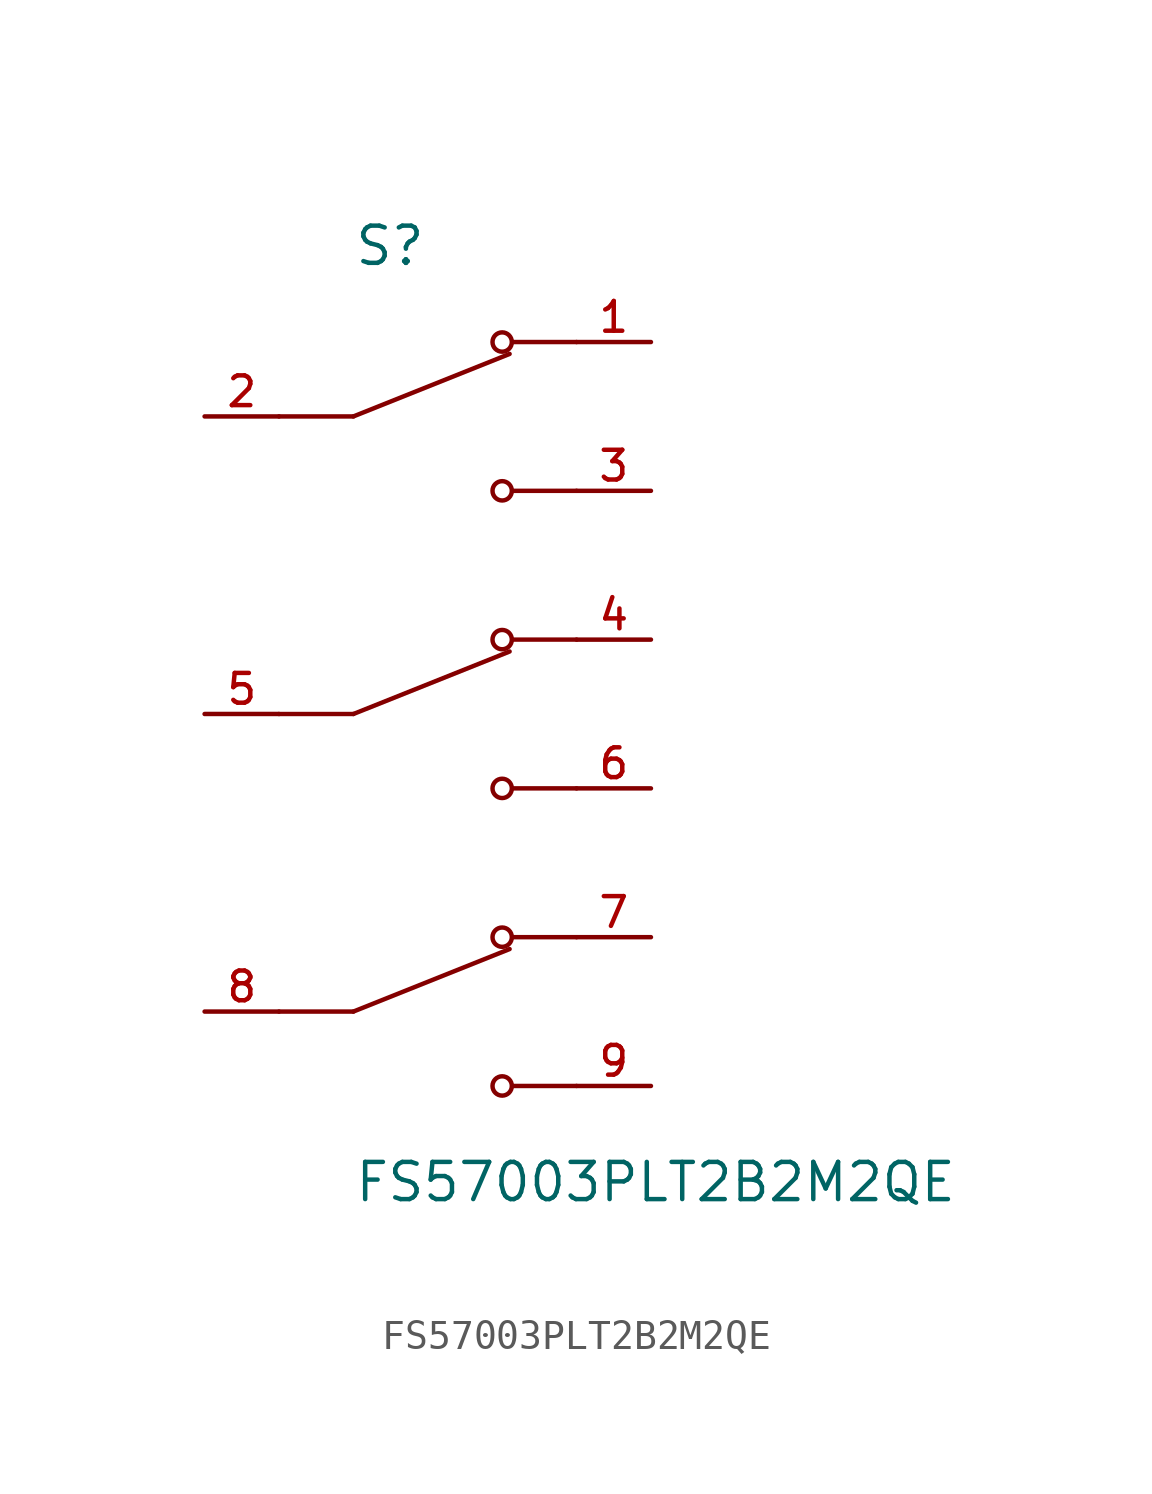
<source format=kicad_sym>
(kicad_symbol_lib
  (version 20231120)
  (generator "kicad_symbol_editor")
  (generator_version "8.0")
  (symbol "FS57003PLT2B2M2QE"
    (pin_names
      (offset 1.016))
    (property "Reference" "S"
      (at -2.54 15.24 0)
      (effects (font (size 1.27 1.27)) (justify left bottom)))
    (property "Value" "FS57003PLT2B2M2QE"
      (at -2.54 -15.24 0)
      (effects (font (size 1.27 1.27)) (justify left top)))
    (symbol "FS57003PLT2B2M2QE_0_0"
      (polyline (pts (xy -2.54 -10.16) (xy -5.08 -10.16)) (stroke (width 0.152) (type default)) (fill (type none)))
      (polyline (pts (xy -2.54 -10.16) (xy 2.794 -8.026)) (stroke (width 0.152) (type default)) (fill (type none)))
      (polyline (pts (xy -2.54 0) (xy -5.08 0)) (stroke (width 0.152) (type default)) (fill (type none)))
      (polyline (pts (xy -2.54 0) (xy 2.794 2.134)) (stroke (width 0.152) (type default)) (fill (type none)))
      (polyline (pts (xy -2.54 10.16) (xy -5.08 10.16)) (stroke (width 0.152) (type default)) (fill (type none)))
      (polyline (pts (xy -2.54 10.16) (xy 2.794 12.294)) (stroke (width 0.152) (type default)) (fill (type none)))
      (polyline (pts (xy 5.08 -12.7) (xy 2.921 -12.7)) (stroke (width 0.152) (type default)) (fill (type none)))
      (polyline (pts (xy 5.08 -7.62) (xy 2.921 -7.62)) (stroke (width 0.152) (type default)) (fill (type none)))
      (polyline (pts (xy 5.08 -2.54) (xy 2.921 -2.54)) (stroke (width 0.152) (type default)) (fill (type none)))
      (polyline (pts (xy 5.08 2.54) (xy 2.921 2.54)) (stroke (width 0.152) (type default)) (fill (type none)))
      (polyline (pts (xy 5.08 7.62) (xy 2.921 7.62)) (stroke (width 0.152) (type default)) (fill (type none)))
      (polyline (pts (xy 5.08 12.7) (xy 2.921 12.7)) (stroke (width 0.152) (type default)) (fill (type none)))
      (circle (center 2.54 -12.7) (radius 0.33) (stroke (width 0.152) (type default)) (fill (type none)))
      (circle (center 2.54 -7.62) (radius 0.33) (stroke (width 0.152) (type default)) (fill (type none)))
      (circle (center 2.54 -2.54) (radius 0.33) (stroke (width 0.152) (type default)) (fill (type none)))
      (circle (center 2.54 2.54) (radius 0.33) (stroke (width 0.152) (type default)) (fill (type none)))
      (circle (center 2.54 7.62) (radius 0.33) (stroke (width 0.152) (type default)) (fill (type none)))
      (circle (center 2.54 12.7) (radius 0.33) (stroke (width 0.152) (type default)) (fill (type none)))
      (pin passive line (at 7.62 12.7 180) (length 2.54) (name "~" (effects (font (size 1.016 1.016)))) (number "1" (effects (font (size 1.016 1.016)))))
      (pin passive line (at -7.62 10.16 0) (length 2.54) (name "~" (effects (font (size 1.016 1.016)))) (number "2" (effects (font (size 1.016 1.016)))))
      (pin passive line (at 7.62 7.62 180) (length 2.54) (name "~" (effects (font (size 1.016 1.016)))) (number "3" (effects (font (size 1.016 1.016)))))
      (pin passive line (at 7.62 2.54 180) (length 2.54) (name "~" (effects (font (size 1.016 1.016)))) (number "4" (effects (font (size 1.016 1.016)))))
      (pin passive line (at -7.62 0 0) (length 2.54) (name "~" (effects (font (size 1.016 1.016)))) (number "5" (effects (font (size 1.016 1.016)))))
      (pin passive line (at 7.62 -2.54 180) (length 2.54) (name "~" (effects (font (size 1.016 1.016)))) (number "6" (effects (font (size 1.016 1.016)))))
      (pin passive line (at 7.62 -7.62 180) (length 2.54) (name "~" (effects (font (size 1.016 1.016)))) (number "7" (effects (font (size 1.016 1.016)))))
      (pin passive line (at -7.62 -10.16 0) (length 2.54) (name "~" (effects (font (size 1.016 1.016)))) (number "8" (effects (font (size 1.016 1.016)))))
      (pin passive line (at 7.62 -12.7 180) (length 2.54) (name "~" (effects (font (size 1.016 1.016)))) (number "9" (effects (font (size 1.016 1.016))))))))
</source>
